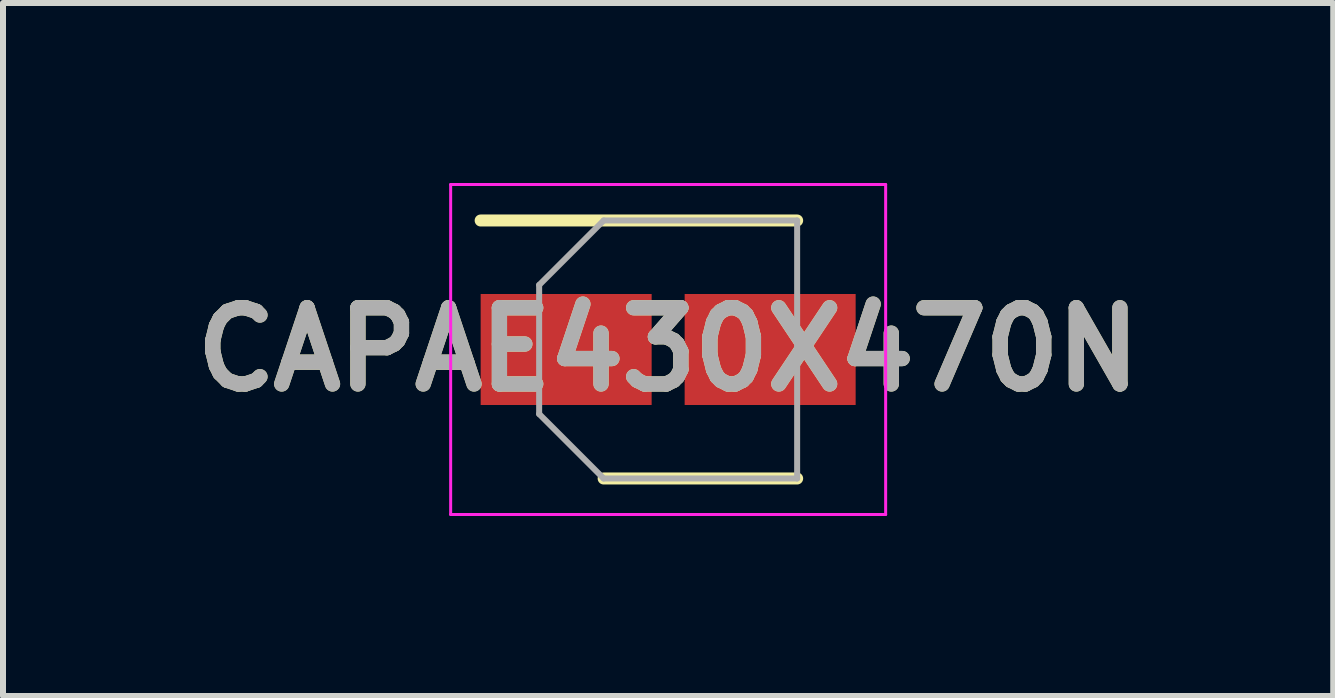
<source format=kicad_pcb>
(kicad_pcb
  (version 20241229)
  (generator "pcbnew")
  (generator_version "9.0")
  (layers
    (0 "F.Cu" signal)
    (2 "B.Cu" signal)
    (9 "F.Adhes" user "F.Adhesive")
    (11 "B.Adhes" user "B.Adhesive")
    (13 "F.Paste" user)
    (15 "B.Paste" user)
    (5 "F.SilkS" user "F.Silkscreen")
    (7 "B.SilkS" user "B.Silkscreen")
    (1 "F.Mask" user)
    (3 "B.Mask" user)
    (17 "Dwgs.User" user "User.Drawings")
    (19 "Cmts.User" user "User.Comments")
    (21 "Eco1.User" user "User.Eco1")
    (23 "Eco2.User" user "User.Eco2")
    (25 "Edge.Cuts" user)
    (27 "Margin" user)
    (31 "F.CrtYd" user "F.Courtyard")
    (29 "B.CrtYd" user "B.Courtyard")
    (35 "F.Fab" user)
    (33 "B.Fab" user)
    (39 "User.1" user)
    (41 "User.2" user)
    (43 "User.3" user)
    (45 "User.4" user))
  (footprint "CAPAE430X470N"
    (layer "F.Cu")
    (at 8.086 2.775)
    (property "Reference" "CAPAE430X470N" (at 0 0 0) (layer "F.SilkS") (effects (font (size 1.27 1.27) (thickness 0.254))))
    (attr smd)
    (fp_line (start -3.125 -2.15) (end 2.15 -2.15) (stroke (width 0.2) (type solid)) (layer "F.SilkS"))
    (fp_line (start -1.075 2.15) (end 2.15 2.15) (stroke (width 0.2) (type solid)) (layer "F.SilkS"))
    (fp_line (start -3.625 -2.75) (end 3.625 -2.75) (stroke (width 0.05) (type solid)) (layer "F.CrtYd"))
    (fp_line (start -3.625 2.75) (end -3.625 -2.75) (stroke (width 0.05) (type solid)) (layer "F.CrtYd"))
    (fp_line (start 3.625 -2.75) (end 3.625 2.75) (stroke (width 0.05) (type solid)) (layer "F.CrtYd"))
    (fp_line (start 3.625 2.75) (end -3.625 2.75) (stroke (width 0.05) (type solid)) (layer "F.CrtYd"))
    (fp_line (start -2.15 -1.075) (end -2.15 1.075) (stroke (width 0.1) (type solid)) (layer "F.Fab"))
    (fp_line (start -2.15 1.075) (end -1.075 2.15) (stroke (width 0.1) (type solid)) (layer "F.Fab"))
    (fp_line (start -1.075 -2.15) (end -2.15 -1.075) (stroke (width 0.1) (type solid)) (layer "F.Fab"))
    (fp_line (start -1.075 2.15) (end 2.15 2.15) (stroke (width 0.1) (type solid)) (layer "F.Fab"))
    (fp_line (start 2.15 -2.15) (end -1.075 -2.15) (stroke (width 0.1) (type solid)) (layer "F.Fab"))
    (fp_line (start 2.15 2.15) (end 2.15 -2.15) (stroke (width 0.1) (type solid)) (layer "F.Fab"))
    (fp_text user "${REFERENCE}" (at 0 0 0) (layer "F.Fab") (effects (font (size 1.27 1.27) (thickness 0.254))))
    (pad "1" smd rect (at -1.7 0 90) (size 1.85 2.85) (layers "F.Cu" "F.Mask" "F.Paste"))
    (pad "2" smd rect (at 1.7 0 90) (size 1.85 2.85) (layers "F.Cu" "F.Mask" "F.Paste")))
  (gr_rect
    (start -3 -3)
    (end 19.171 8.55)
    (stroke (width 0.1) (type default))
    (fill no)
    (layer "Edge.Cuts")))
</source>
